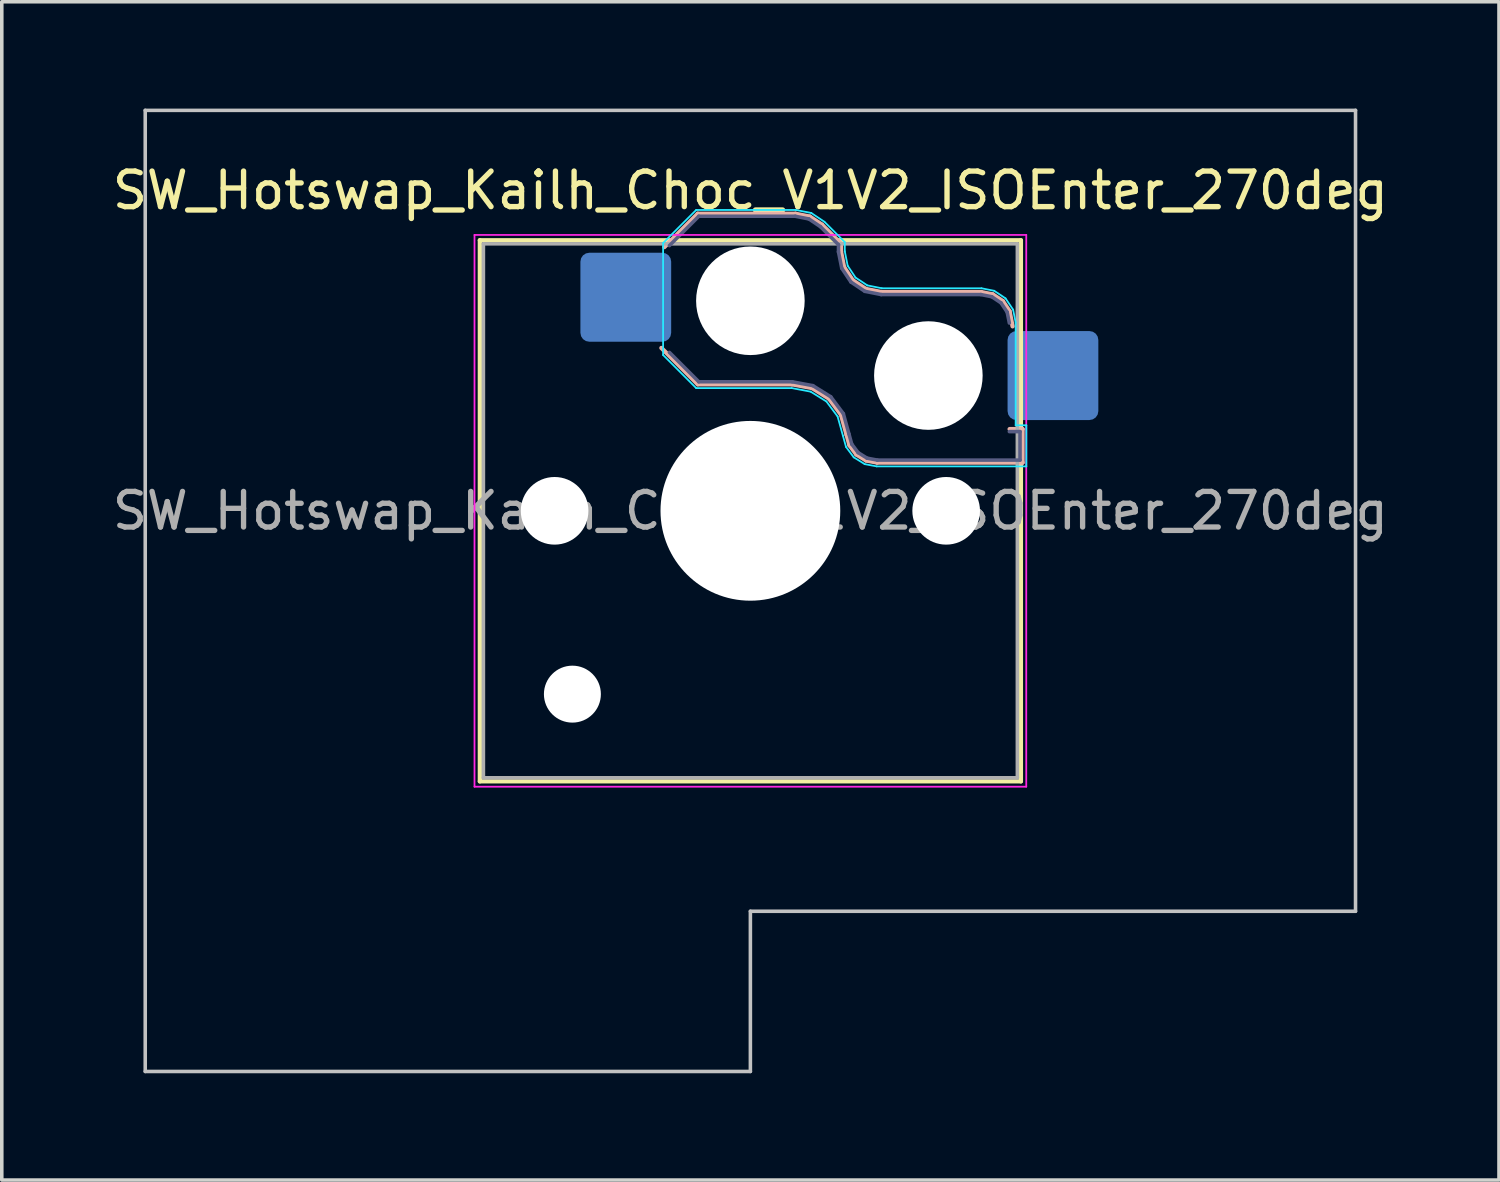
<source format=kicad_pcb>
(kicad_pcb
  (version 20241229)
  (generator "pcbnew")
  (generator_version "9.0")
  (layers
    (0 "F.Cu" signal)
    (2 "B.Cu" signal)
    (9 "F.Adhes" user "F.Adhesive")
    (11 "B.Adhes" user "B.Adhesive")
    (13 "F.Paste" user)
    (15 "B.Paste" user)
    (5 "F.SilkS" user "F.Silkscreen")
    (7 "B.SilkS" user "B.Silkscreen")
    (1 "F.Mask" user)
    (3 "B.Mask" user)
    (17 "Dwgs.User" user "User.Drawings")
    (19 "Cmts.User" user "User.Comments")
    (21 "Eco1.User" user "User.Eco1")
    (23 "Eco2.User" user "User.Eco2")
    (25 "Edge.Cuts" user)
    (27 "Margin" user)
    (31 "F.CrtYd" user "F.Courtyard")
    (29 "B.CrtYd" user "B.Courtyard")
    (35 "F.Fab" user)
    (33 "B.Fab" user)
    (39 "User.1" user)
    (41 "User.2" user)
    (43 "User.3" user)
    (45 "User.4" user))
  (footprint "SW_Hotswap_Kailh_Choc_V1V2_ISOEnter_270deg"
    (layer "F.Cu")
    (at 18.03 11.3)
    (property "Reference" "SW_Hotswap_Kailh_Choc_V1V2_ISOEnter_270deg" (at 0 -9 0) (layer "F.SilkS") (effects (font (size 1 1) (thickness 0.15))))
    (attr smd)
    (fp_line (start -7.6 -7.6) (end -7.6 7.6) (stroke (width 0.12) (type solid)) (layer "F.SilkS"))
    (fp_line (start -7.6 7.6) (end 7.6 7.6) (stroke (width 0.12) (type solid)) (layer "F.SilkS"))
    (fp_line (start 7.6 -7.6) (end -7.6 -7.6) (stroke (width 0.12) (type solid)) (layer "F.SilkS"))
    (fp_line (start 7.6 7.6) (end 7.6 -7.6) (stroke (width 0.12) (type solid)) (layer "F.SilkS"))
    (fp_line (start -2.416 -7.409) (end -1.479 -8.346) (stroke (width 0.12) (type solid)) (layer "B.SilkS"))
    (fp_line (start -1.479 -8.346) (end 1.268 -8.346) (stroke (width 0.12) (type solid)) (layer "B.SilkS"))
    (fp_line (start -1.479 -3.554) (end -2.5 -4.575) (stroke (width 0.12) (type solid)) (layer "B.SilkS"))
    (fp_line (start 1.168 -3.554) (end -1.479 -3.554) (stroke (width 0.12) (type solid)) (layer "B.SilkS"))
    (fp_line (start 1.268 -8.346) (end 1.671 -8.266) (stroke (width 0.12) (type solid)) (layer "B.SilkS"))
    (fp_line (start 1.671 -8.266) (end 2.013 -8.037) (stroke (width 0.12) (type solid)) (layer "B.SilkS"))
    (fp_line (start 1.73 -3.449) (end 1.168 -3.554) (stroke (width 0.12) (type solid)) (layer "B.SilkS"))
    (fp_line (start 2.013 -8.037) (end 2.546 -7.504) (stroke (width 0.12) (type solid)) (layer "B.SilkS"))
    (fp_line (start 2.209 -3.15) (end 1.73 -3.449) (stroke (width 0.12) (type solid)) (layer "B.SilkS"))
    (fp_line (start 2.546 -7.504) (end 2.546 -7.282) (stroke (width 0.12) (type solid)) (layer "B.SilkS"))
    (fp_line (start 2.546 -7.282) (end 2.633 -6.844) (stroke (width 0.12) (type solid)) (layer "B.SilkS"))
    (fp_line (start 2.547 -2.697) (end 2.209 -3.15) (stroke (width 0.12) (type solid)) (layer "B.SilkS"))
    (fp_line (start 2.633 -6.844) (end 2.877 -6.477) (stroke (width 0.12) (type solid)) (layer "B.SilkS"))
    (fp_line (start 2.701 -2.139) (end 2.547 -2.697) (stroke (width 0.12) (type solid)) (layer "B.SilkS"))
    (fp_line (start 2.783 -1.841) (end 2.701 -2.139) (stroke (width 0.12) (type solid)) (layer "B.SilkS"))
    (fp_line (start 2.877 -6.477) (end 3.244 -6.233) (stroke (width 0.12) (type solid)) (layer "B.SilkS"))
    (fp_line (start 2.976 -1.583) (end 2.783 -1.841) (stroke (width 0.12) (type solid)) (layer "B.SilkS"))
    (fp_line (start 3.244 -6.233) (end 3.682 -6.146) (stroke (width 0.12) (type solid)) (layer "B.SilkS"))
    (fp_line (start 3.25 -1.413) (end 2.976 -1.583) (stroke (width 0.12) (type solid)) (layer "B.SilkS"))
    (fp_line (start 3.56 -1.354) (end 3.25 -1.413) (stroke (width 0.12) (type solid)) (layer "B.SilkS"))
    (fp_line (start 3.682 -6.146) (end 6.482 -6.146) (stroke (width 0.12) (type solid)) (layer "B.SilkS"))
    (fp_line (start 6.482 -6.146) (end 6.809 -6.081) (stroke (width 0.12) (type solid)) (layer "B.SilkS"))
    (fp_line (start 6.809 -6.081) (end 7.092 -5.892) (stroke (width 0.12) (type solid)) (layer "B.SilkS"))
    (fp_line (start 7.092 -5.892) (end 7.281 -5.609) (stroke (width 0.12) (type solid)) (layer "B.SilkS"))
    (fp_line (start 7.281 -5.609) (end 7.366 -5.182) (stroke (width 0.12) (type solid)) (layer "B.SilkS"))
    (fp_line (start 7.283 -2.296) (end 7.646 -2.296) (stroke (width 0.12) (type solid)) (layer "B.SilkS"))
    (fp_line (start 7.646 -2.296) (end 7.646 -1.354) (stroke (width 0.12) (type solid)) (layer "B.SilkS"))
    (fp_line (start 7.646 -1.354) (end 3.56 -1.354) (stroke (width 0.12) (type solid)) (layer "B.SilkS"))
    (fp_line (start -17 -11.25) (end -17 15.75) (stroke (width 0.1) (type solid)) (layer "Dwgs.User"))
    (fp_line (start -17 15.75) (end 0 15.75) (stroke (width 0.1) (type solid)) (layer "Dwgs.User"))
    (fp_line (start 0 11.25) (end 17 11.25) (stroke (width 0.1) (type solid)) (layer "Dwgs.User"))
    (fp_line (start 0 15.75) (end 0 11.25) (stroke (width 0.1) (type solid)) (layer "Dwgs.User"))
    (fp_line (start 17 -11.25) (end -17 -11.25) (stroke (width 0.1) (type solid)) (layer "Dwgs.User"))
    (fp_line (start 17 11.25) (end 17 -11.25) (stroke (width 0.1) (type solid)) (layer "Dwgs.User"))
    (fp_line (start -7.25 -7.25) (end -7.25 7.25) (stroke (width 0.1) (type solid)) (layer "Eco1.User"))
    (fp_line (start -7.25 7.25) (end 7.25 7.25) (stroke (width 0.1) (type solid)) (layer "Eco1.User"))
    (fp_line (start 7.25 -7.25) (end -7.25 -7.25) (stroke (width 0.1) (type solid)) (layer "Eco1.User"))
    (fp_line (start 7.25 7.25) (end 7.25 -7.25) (stroke (width 0.1) (type solid)) (layer "Eco1.User"))
    (fp_line (start -2.452 -7.523) (end -1.523 -8.452) (stroke (width 0.05) (type solid)) (layer "B.CrtYd"))
    (fp_line (start -2.452 -4.377) (end -2.452 -7.523) (stroke (width 0.05) (type solid)) (layer "B.CrtYd"))
    (fp_line (start -1.523 -8.452) (end 1.278 -8.452) (stroke (width 0.05) (type solid)) (layer "B.CrtYd"))
    (fp_line (start -1.523 -3.448) (end -2.452 -4.377) (stroke (width 0.05) (type solid)) (layer "B.CrtYd"))
    (fp_line (start 1.159 -3.448) (end -1.523 -3.448) (stroke (width 0.05) (type solid)) (layer "B.CrtYd"))
    (fp_line (start 1.278 -8.452) (end 1.712 -8.366) (stroke (width 0.05) (type solid)) (layer "B.CrtYd"))
    (fp_line (start 1.691 -3.348) (end 1.159 -3.448) (stroke (width 0.05) (type solid)) (layer "B.CrtYd"))
    (fp_line (start 1.712 -8.366) (end 2.081 -8.119) (stroke (width 0.05) (type solid)) (layer "B.CrtYd"))
    (fp_line (start 2.081 -8.119) (end 2.652 -7.548) (stroke (width 0.05) (type solid)) (layer "B.CrtYd"))
    (fp_line (start 2.136 -3.071) (end 1.691 -3.348) (stroke (width 0.05) (type solid)) (layer "B.CrtYd"))
    (fp_line (start 2.45 -2.65) (end 2.136 -3.071) (stroke (width 0.05) (type solid)) (layer "B.CrtYd"))
    (fp_line (start 2.599 -2.111) (end 2.45 -2.65) (stroke (width 0.05) (type solid)) (layer "B.CrtYd"))
    (fp_line (start 2.652 -7.548) (end 2.652 -7.292) (stroke (width 0.05) (type solid)) (layer "B.CrtYd"))
    (fp_line (start 2.652 -7.292) (end 2.733 -6.885) (stroke (width 0.05) (type solid)) (layer "B.CrtYd"))
    (fp_line (start 2.687 -1.794) (end 2.599 -2.111) (stroke (width 0.05) (type solid)) (layer "B.CrtYd"))
    (fp_line (start 2.733 -6.885) (end 2.953 -6.553) (stroke (width 0.05) (type solid)) (layer "B.CrtYd"))
    (fp_line (start 2.903 -1.503) (end 2.687 -1.794) (stroke (width 0.05) (type solid)) (layer "B.CrtYd"))
    (fp_line (start 2.953 -6.553) (end 3.285 -6.333) (stroke (width 0.05) (type solid)) (layer "B.CrtYd"))
    (fp_line (start 3.211 -1.312) (end 2.903 -1.503) (stroke (width 0.05) (type solid)) (layer "B.CrtYd"))
    (fp_line (start 3.285 -6.333) (end 3.692 -6.252) (stroke (width 0.05) (type solid)) (layer "B.CrtYd"))
    (fp_line (start 3.55 -1.248) (end 3.211 -1.312) (stroke (width 0.05) (type solid)) (layer "B.CrtYd"))
    (fp_line (start 3.692 -6.252) (end 6.492 -6.252) (stroke (width 0.05) (type solid)) (layer "B.CrtYd"))
    (fp_line (start 6.492 -6.252) (end 6.85 -6.181) (stroke (width 0.05) (type solid)) (layer "B.CrtYd"))
    (fp_line (start 6.85 -6.181) (end 7.168 -5.968) (stroke (width 0.05) (type solid)) (layer "B.CrtYd"))
    (fp_line (start 7.168 -5.968) (end 7.381 -5.65) (stroke (width 0.05) (type solid)) (layer "B.CrtYd"))
    (fp_line (start 7.381 -5.65) (end 7.452 -5.292) (stroke (width 0.05) (type solid)) (layer "B.CrtYd"))
    (fp_line (start 7.452 -5.292) (end 7.452 -2.402) (stroke (width 0.05) (type solid)) (layer "B.CrtYd"))
    (fp_line (start 7.452 -2.402) (end 7.752 -2.402) (stroke (width 0.05) (type solid)) (layer "B.CrtYd"))
    (fp_line (start 7.752 -2.402) (end 7.752 -1.248) (stroke (width 0.05) (type solid)) (layer "B.CrtYd"))
    (fp_line (start 7.752 -1.248) (end 3.55 -1.248) (stroke (width 0.05) (type solid)) (layer "B.CrtYd"))
    (fp_line (start -7.75 -7.75) (end -7.75 7.75) (stroke (width 0.05) (type solid)) (layer "F.CrtYd"))
    (fp_line (start -7.75 7.75) (end 7.75 7.75) (stroke (width 0.05) (type solid)) (layer "F.CrtYd"))
    (fp_line (start 7.75 -7.75) (end -7.75 -7.75) (stroke (width 0.05) (type solid)) (layer "F.CrtYd"))
    (fp_line (start 7.75 7.75) (end 7.75 -7.75) (stroke (width 0.05) (type solid)) (layer "F.CrtYd"))
    (fp_line (start -2.275 -7.45) (end -1.45 -8.275) (stroke (width 0.1) (type solid)) (layer "B.Fab"))
    (fp_line (start -1.45 -8.275) (end 1.261 -8.275) (stroke (width 0.1) (type solid)) (layer "B.Fab"))
    (fp_line (start -1.45 -3.625) (end -2.275 -4.45) (stroke (width 0.1) (type solid)) (layer "B.Fab"))
    (fp_line (start 1.175 -3.625) (end -1.45 -3.625) (stroke (width 0.1) (type solid)) (layer "B.Fab"))
    (fp_line (start 1.261 -8.275) (end 1.643 -8.199) (stroke (width 0.1) (type solid)) (layer "B.Fab"))
    (fp_line (start 1.643 -8.199) (end 1.968 -7.982) (stroke (width 0.1) (type solid)) (layer "B.Fab"))
    (fp_line (start 1.756 -3.516) (end 1.175 -3.625) (stroke (width 0.1) (type solid)) (layer "B.Fab"))
    (fp_line (start 1.968 -7.982) (end 2.475 -7.475) (stroke (width 0.1) (type solid)) (layer "B.Fab"))
    (fp_line (start 2.258 -3.203) (end 1.756 -3.516) (stroke (width 0.1) (type solid)) (layer "B.Fab"))
    (fp_line (start 2.475 -7.475) (end 2.475 -7.275) (stroke (width 0.1) (type solid)) (layer "B.Fab"))
    (fp_line (start 2.475 -7.275) (end 2.566 -6.816) (stroke (width 0.1) (type solid)) (layer "B.Fab"))
    (fp_line (start 2.566 -6.816) (end 2.826 -6.426) (stroke (width 0.1) (type solid)) (layer "B.Fab"))
    (fp_line (start 2.612 -2.729) (end 2.258 -3.203) (stroke (width 0.1) (type solid)) (layer "B.Fab"))
    (fp_line (start 2.769 -2.158) (end 2.612 -2.729) (stroke (width 0.1) (type solid)) (layer "B.Fab"))
    (fp_line (start 2.826 -6.426) (end 3.216 -6.166) (stroke (width 0.1) (type solid)) (layer "B.Fab"))
    (fp_line (start 2.848 -1.873) (end 2.769 -2.158) (stroke (width 0.1) (type solid)) (layer "B.Fab"))
    (fp_line (start 3.025 -1.636) (end 2.848 -1.873) (stroke (width 0.1) (type solid)) (layer "B.Fab"))
    (fp_line (start 3.216 -6.166) (end 3.675 -6.075) (stroke (width 0.1) (type solid)) (layer "B.Fab"))
    (fp_line (start 3.276 -1.48) (end 3.025 -1.636) (stroke (width 0.1) (type solid)) (layer "B.Fab"))
    (fp_line (start 3.567 -1.425) (end 3.276 -1.48) (stroke (width 0.1) (type solid)) (layer "B.Fab"))
    (fp_line (start 3.675 -6.075) (end 6.475 -6.075) (stroke (width 0.1) (type solid)) (layer "B.Fab"))
    (fp_line (start 6.475 -6.075) (end 6.781 -6.014) (stroke (width 0.1) (type solid)) (layer "B.Fab"))
    (fp_line (start 6.781 -6.014) (end 7.041 -5.841) (stroke (width 0.1) (type solid)) (layer "B.Fab"))
    (fp_line (start 7.041 -5.841) (end 7.214 -5.581) (stroke (width 0.1) (type solid)) (layer "B.Fab"))
    (fp_line (start 7.214 -5.581) (end 7.275 -5.275) (stroke (width 0.1) (type solid)) (layer "B.Fab"))
    (fp_line (start 7.275 -2.225) (end 7.575 -2.225) (stroke (width 0.1) (type solid)) (layer "B.Fab"))
    (fp_line (start 7.575 -2.225) (end 7.575 -1.425) (stroke (width 0.1) (type solid)) (layer "B.Fab"))
    (fp_line (start 7.575 -1.425) (end 3.567 -1.425) (stroke (width 0.1) (type solid)) (layer "B.Fab"))
    (fp_line (start -7.5 -7.5) (end -7.5 7.5) (stroke (width 0.1) (type solid)) (layer "F.Fab"))
    (fp_line (start -7.5 7.5) (end 7.5 7.5) (stroke (width 0.1) (type solid)) (layer "F.Fab"))
    (fp_line (start 7.5 -7.5) (end -7.5 -7.5) (stroke (width 0.1) (type solid)) (layer "F.Fab"))
    (fp_line (start 7.5 7.5) (end 7.5 -7.5) (stroke (width 0.1) (type solid)) (layer "F.Fab"))
    (fp_text user "${REFERENCE}" (at 0 0 0) (layer "F.Fab") (effects (font (size 1 1) (thickness 0.15))))
    (pad "" np_thru_hole circle (at -5.5 0) (size 1.9 1.9) (drill 1.9) (layers "*.Cu" "*.Mask"))
    (pad "" np_thru_hole circle (at -5 5.15) (size 1.6 1.6) (drill 1.6) (layers "*.Cu" "*.Mask"))
    (pad "" np_thru_hole circle (at 0 -5.9) (size 3.05 3.05) (drill 3.05) (layers "*.Cu" "*.Mask"))
    (pad "" np_thru_hole circle (at 0 0) (size 5.05 5.05) (drill 5.05) (layers "*.Cu" "*.Mask"))
    (pad "" np_thru_hole circle (at 5 -3.8) (size 3.05 3.05) (drill 3.05) (layers "*.Cu" "*.Mask"))
    (pad "" np_thru_hole circle (at 5.5 0) (size 1.9 1.9) (drill 1.9) (layers "*.Cu" "*.Mask"))
    (pad "1" smd roundrect (at -3.5 -6) (size 2.55 2.5) (layers "B.Cu" "B.Mask" "B.Paste") (roundrect_rratio 0.1))
    (pad "2" smd roundrect (at 8.5 -3.8) (size 2.55 2.5) (layers "B.Cu" "B.Mask" "B.Paste") (roundrect_rratio 0.1)))
  (gr_rect
    (start -3 -3)
    (end 39.06 30.1)
    (stroke (width 0.1) (type default))
    (fill no)
    (layer "Edge.Cuts")))
</source>
